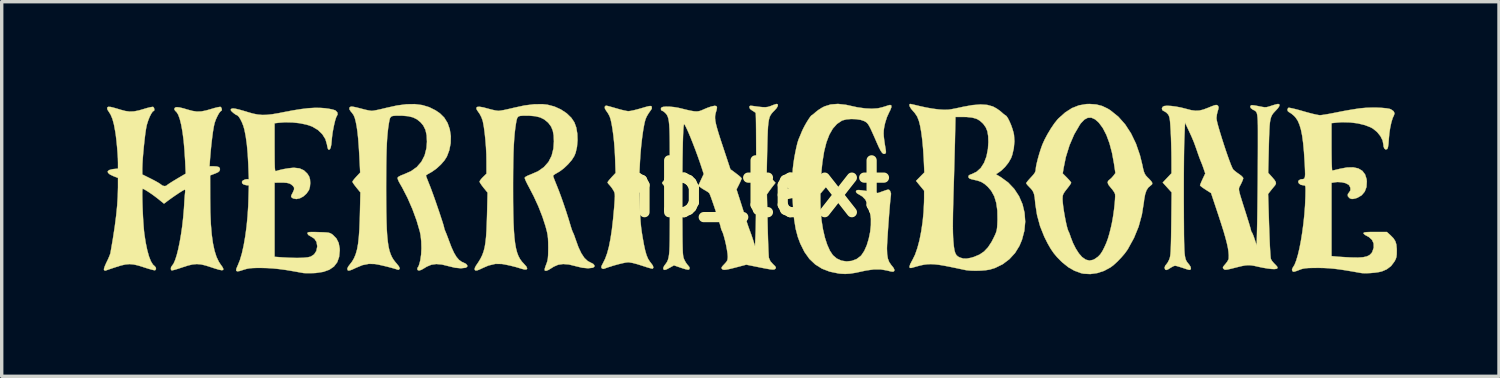
<source format=kicad_pcb>
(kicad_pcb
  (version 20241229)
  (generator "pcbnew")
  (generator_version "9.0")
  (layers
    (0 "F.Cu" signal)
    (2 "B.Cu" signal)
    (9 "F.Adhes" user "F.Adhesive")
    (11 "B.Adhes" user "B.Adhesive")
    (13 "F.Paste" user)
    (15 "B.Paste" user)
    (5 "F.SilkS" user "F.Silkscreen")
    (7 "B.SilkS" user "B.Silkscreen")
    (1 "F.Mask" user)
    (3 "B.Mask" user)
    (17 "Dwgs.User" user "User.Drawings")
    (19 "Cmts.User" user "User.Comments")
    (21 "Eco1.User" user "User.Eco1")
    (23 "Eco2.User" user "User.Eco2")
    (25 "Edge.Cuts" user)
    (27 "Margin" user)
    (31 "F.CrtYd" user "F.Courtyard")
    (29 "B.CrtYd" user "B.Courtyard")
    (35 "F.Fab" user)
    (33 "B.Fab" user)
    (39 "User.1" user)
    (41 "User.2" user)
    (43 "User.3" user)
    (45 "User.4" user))
  (footprint "hb_text"
    (layer "F.Cu")
    (at 18.98 2.498)
    (property "Reference" "hb_text" (at 0 0 0) (layer "F.SilkS") (effects (font (size 1.524 1.524) (thickness 0.3))))
    (attr through_hole)
    (fp_poly (pts (xy -4.172 -2.434) (xy -4.099 -2.415) (xy -4 -2.387) (xy -3.912 -2.362) (xy -3.794 -2.328) (xy -3.684 -2.301) (xy -3.598 -2.284) (xy -3.56 -2.28) (xy -3.5 -2.286) (xy -3.405 -2.305) (xy -3.29 -2.334) (xy -3.183 -2.364) (xy -3.058 -2.401) (xy -2.973 -2.423) (xy -2.919 -2.432) (xy -2.888 -2.428) (xy -2.873 -2.414) (xy -2.868 -2.362) (xy -2.887 -2.327) (xy -2.966 -2.215) (xy -3.019 -2.125) (xy -3.055 -2.041) (xy -3.081 -1.945) (xy -3.088 -1.912) (xy -3.123 -1.721) (xy -3.155 -1.494) (xy -3.183 -1.246) (xy -3.205 -0.993) (xy -3.217 -0.8) (xy -3.234 -0.469) (xy -3.117 -0.339) (xy -3.059 -0.272) (xy -3.017 -0.22) (xy -3 -0.194) (xy -3 -0.193) (xy -3.015 -0.167) (xy -3.053 -0.112) (xy -3.108 -0.04) (xy -3.119 -0.026) (xy -3.237 0.127) (xy -3.22 0.575) (xy -3.211 0.786) (xy -3.2 0.963) (xy -3.185 1.123) (xy -3.164 1.282) (xy -3.135 1.456) (xy -3.102 1.64) (xy -3.064 1.816) (xy -3.025 1.952) (xy -2.98 2.059) (xy -2.925 2.146) (xy -2.896 2.181) (xy -2.839 2.26) (xy -2.823 2.318) (xy -2.843 2.349) (xy -2.874 2.346) (xy -2.942 2.329) (xy -3.039 2.3) (xy -3.153 2.263) (xy -3.154 2.262) (xy -3.301 2.216) (xy -3.431 2.182) (xy -3.533 2.164) (xy -3.566 2.162) (xy -3.636 2.17) (xy -3.742 2.192) (xy -3.871 2.224) (xy -4.013 2.264) (xy -4.154 2.309) (xy -4.282 2.355) (xy -4.285 2.356) (xy -4.323 2.349) (xy -4.342 2.335) (xy -4.355 2.305) (xy -4.342 2.259) (xy -4.307 2.193) (xy -4.241 2.06) (xy -4.182 1.898) (xy -4.13 1.704) (xy -4.084 1.473) (xy -4.043 1.203) (xy -4.007 0.889) (xy -3.974 0.53) (xy -3.968 0.445) (xy -3.959 0.315) (xy -3.955 0.224) (xy -3.957 0.161) (xy -3.966 0.115) (xy -3.984 0.073) (xy -4.004 0.038) (xy -4.052 -0.036) (xy -4.103 -0.098) (xy -4.116 -0.112) (xy -4.155 -0.156) (xy -4.17 -0.186) (xy -4.154 -0.216) (xy -4.111 -0.27) (xy -4.051 -0.337) (xy -3.933 -0.464) (xy -3.949 -0.925) (xy -3.96 -1.142) (xy -3.977 -1.359) (xy -3.999 -1.566) (xy -4.025 -1.756) (xy -4.053 -1.919) (xy -4.082 -2.048) (xy -4.111 -2.131) (xy -4.155 -2.214) (xy -4.207 -2.289) (xy -4.212 -2.295) (xy -4.248 -2.358) (xy -4.252 -2.41) (xy -4.225 -2.439) (xy -4.208 -2.441) (xy -4.172 -2.434)) (stroke (width 0.01) (type solid)) (fill yes) (layer "F.SilkS"))
    (fp_poly (pts (xy 10.195 -2.477) (xy 10.366 -2.433) (xy 10.533 -2.354) (xy 10.619 -2.299) (xy 10.844 -2.118) (xy 11.044 -1.893) (xy 11.217 -1.628) (xy 11.363 -1.325) (xy 11.48 -0.985) (xy 11.547 -0.714) (xy 11.573 -0.59) (xy 11.596 -0.503) (xy 11.621 -0.44) (xy 11.653 -0.389) (xy 11.699 -0.338) (xy 11.745 -0.294) (xy 11.813 -0.22) (xy 11.843 -0.168) (xy 11.835 -0.128) (xy 11.797 -0.096) (xy 11.726 -0.036) (xy 11.672 0.047) (xy 11.633 0.162) (xy 11.604 0.316) (xy 11.596 0.39) (xy 11.536 0.766) (xy 11.441 1.114) (xy 11.305 1.446) (xy 11.125 1.774) (xy 11.106 1.803) (xy 11.032 1.905) (xy 10.932 2.021) (xy 10.821 2.137) (xy 10.711 2.238) (xy 10.622 2.307) (xy 10.431 2.411) (xy 10.226 2.479) (xy 10.019 2.508) (xy 9.821 2.497) (xy 9.745 2.48) (xy 9.554 2.41) (xy 9.38 2.311) (xy 9.208 2.174) (xy 9.157 2.126) (xy 9.041 2.008) (xy 8.944 1.891) (xy 8.857 1.764) (xy 8.771 1.615) (xy 8.678 1.43) (xy 8.666 1.405) (xy 8.545 1.102) (xy 8.456 0.776) (xy 8.405 0.449) (xy 8.4 0.396) (xy 8.39 0.292) (xy 9.204 0.292) (xy 9.209 0.386) (xy 9.222 0.508) (xy 9.242 0.647) (xy 9.267 0.794) (xy 9.294 0.937) (xy 9.322 1.066) (xy 9.349 1.171) (xy 9.373 1.241) (xy 9.382 1.259) (xy 9.4 1.295) (xy 9.425 1.364) (xy 9.445 1.424) (xy 9.51 1.592) (xy 9.591 1.754) (xy 9.681 1.896) (xy 9.772 2.002) (xy 9.778 2.008) (xy 9.888 2.085) (xy 9.997 2.112) (xy 10.107 2.089) (xy 10.157 2.062) (xy 10.245 2) (xy 10.315 1.928) (xy 10.377 1.834) (xy 10.434 1.722) (xy 10.492 1.593) (xy 10.541 1.459) (xy 10.585 1.308) (xy 10.63 1.126) (xy 10.654 1.017) (xy 10.678 0.889) (xy 10.701 0.745) (xy 10.721 0.595) (xy 10.737 0.45) (xy 10.747 0.322) (xy 10.752 0.221) (xy 10.749 0.157) (xy 10.747 0.152) (xy 10.722 0.099) (xy 10.673 0.028) (xy 10.629 -0.024) (xy 10.559 -0.111) (xy 10.531 -0.176) (xy 10.542 -0.227) (xy 10.585 -0.266) (xy 10.64 -0.313) (xy 10.696 -0.376) (xy 10.701 -0.382) (xy 10.759 -0.46) (xy 10.718 -0.735) (xy 10.66 -1.052) (xy 10.585 -1.335) (xy 10.494 -1.581) (xy 10.389 -1.784) (xy 10.272 -1.942) (xy 10.16 -2.041) (xy 10.053 -2.089) (xy 9.949 -2.087) (xy 9.848 -2.034) (xy 9.748 -1.93) (xy 9.714 -1.884) (xy 9.547 -1.598) (xy 9.409 -1.277) (xy 9.301 -0.93) (xy 9.234 -0.599) (xy 9.21 -0.449) (xy 9.334 -0.325) (xy 9.396 -0.259) (xy 9.441 -0.206) (xy 9.458 -0.176) (xy 9.458 -0.175) (xy 9.443 -0.145) (xy 9.403 -0.086) (xy 9.346 -0.012) (xy 9.331 0.007) (xy 9.266 0.091) (xy 9.228 0.153) (xy 9.21 0.208) (xy 9.204 0.272) (xy 9.204 0.292) (xy 8.39 0.292) (xy 8.387 0.258) (xy 8.367 0.157) (xy 8.336 0.079) (xy 8.287 0.01) (xy 8.228 -0.051) (xy 8.175 -0.107) (xy 8.142 -0.15) (xy 8.136 -0.163) (xy 8.153 -0.191) (xy 8.196 -0.245) (xy 8.258 -0.314) (xy 8.276 -0.333) (xy 8.351 -0.416) (xy 8.394 -0.478) (xy 8.413 -0.531) (xy 8.416 -0.564) (xy 8.424 -0.638) (xy 8.446 -0.748) (xy 8.479 -0.88) (xy 8.519 -1.022) (xy 8.563 -1.161) (xy 8.607 -1.285) (xy 8.61 -1.293) (xy 8.677 -1.443) (xy 8.764 -1.606) (xy 8.861 -1.768) (xy 8.961 -1.916) (xy 9.055 -2.034) (xy 9.088 -2.069) (xy 9.285 -2.244) (xy 9.483 -2.371) (xy 9.688 -2.451) (xy 9.904 -2.488) (xy 9.998 -2.491) (xy 10.195 -2.477)) (stroke (width 0.01) (type solid)) (fill yes) (layer "F.SilkS"))
    (fp_poly (pts (xy 4.762 -2.486) (xy 4.833 -2.47) (xy 4.93 -2.447) (xy 5.001 -2.43) (xy 5.196 -2.387) (xy 5.39 -2.353) (xy 5.572 -2.33) (xy 5.729 -2.32) (xy 5.851 -2.324) (xy 5.858 -2.325) (xy 5.937 -2.337) (xy 6.048 -2.358) (xy 6.177 -2.385) (xy 6.28 -2.408) (xy 6.555 -2.458) (xy 6.791 -2.477) (xy 6.99 -2.464) (xy 7.152 -2.419) (xy 7.17 -2.411) (xy 7.268 -2.357) (xy 7.364 -2.29) (xy 7.408 -2.253) (xy 7.466 -2.201) (xy 7.509 -2.168) (xy 7.523 -2.16) (xy 7.556 -2.136) (xy 7.598 -2.074) (xy 7.644 -1.983) (xy 7.691 -1.875) (xy 7.732 -1.759) (xy 7.764 -1.647) (xy 7.778 -1.579) (xy 7.79 -1.393) (xy 7.772 -1.192) (xy 7.728 -1) (xy 7.692 -0.901) (xy 7.618 -0.771) (xy 7.516 -0.642) (xy 7.402 -0.532) (xy 7.331 -0.481) (xy 7.245 -0.427) (xy 7.392 -0.339) (xy 7.607 -0.182) (xy 7.785 0.006) (xy 7.926 0.221) (xy 8.028 0.457) (xy 8.088 0.708) (xy 8.107 0.969) (xy 8.082 1.236) (xy 8.012 1.501) (xy 7.938 1.678) (xy 7.809 1.888) (xy 7.641 2.071) (xy 7.443 2.22) (xy 7.22 2.329) (xy 7.066 2.376) (xy 6.949 2.395) (xy 6.803 2.407) (xy 6.647 2.411) (xy 6.5 2.407) (xy 6.379 2.395) (xy 6.356 2.391) (xy 6.1 2.337) (xy 5.887 2.293) (xy 5.711 2.259) (xy 5.563 2.235) (xy 5.439 2.221) (xy 5.33 2.216) (xy 5.231 2.22) (xy 5.134 2.232) (xy 5.033 2.253) (xy 4.92 2.283) (xy 4.79 2.32) (xy 4.761 2.328) (xy 4.716 2.328) (xy 4.705 2.291) (xy 4.727 2.218) (xy 4.784 2.11) (xy 4.793 2.095) (xy 4.869 1.94) (xy 4.938 1.743) (xy 5 1.511) (xy 5.051 1.252) (xy 5.067 1.142) (xy 5.98 1.142) (xy 5.983 1.304) (xy 5.988 1.439) (xy 5.993 1.519) (xy 6.008 1.682) (xy 6.026 1.803) (xy 6.051 1.89) (xy 6.084 1.95) (xy 6.13 1.992) (xy 6.187 2.022) (xy 6.283 2.051) (xy 6.387 2.054) (xy 6.514 2.03) (xy 6.604 2.003) (xy 6.764 1.936) (xy 6.898 1.845) (xy 7.014 1.722) (xy 7.12 1.56) (xy 7.177 1.449) (xy 7.221 1.357) (xy 7.251 1.285) (xy 7.27 1.219) (xy 7.281 1.144) (xy 7.288 1.046) (xy 7.293 0.914) (xy 7.289 0.646) (xy 7.257 0.417) (xy 7.198 0.223) (xy 7.108 0.06) (xy 7.008 -0.057) (xy 6.912 -0.141) (xy 6.819 -0.198) (xy 6.71 -0.238) (xy 6.604 -0.262) (xy 6.513 -0.284) (xy 6.462 -0.306) (xy 6.441 -0.334) (xy 6.438 -0.346) (xy 6.444 -0.384) (xy 6.482 -0.411) (xy 6.532 -0.429) (xy 6.678 -0.498) (xy 6.801 -0.61) (xy 6.898 -0.762) (xy 6.969 -0.95) (xy 7.012 -1.171) (xy 7.025 -1.373) (xy 7.019 -1.548) (xy 6.996 -1.686) (xy 6.951 -1.799) (xy 6.881 -1.899) (xy 6.862 -1.92) (xy 6.77 -2.003) (xy 6.667 -2.059) (xy 6.542 -2.093) (xy 6.384 -2.109) (xy 6.291 -2.11) (xy 6.057 -2.11) (xy 6.044 -1.519) (xy 6.041 -1.356) (xy 6.035 -1.152) (xy 6.029 -0.918) (xy 6.022 -0.663) (xy 6.015 -0.397) (xy 6.007 -0.131) (xy 5.999 0.126) (xy 5.999 0.127) (xy 5.99 0.445) (xy 5.984 0.717) (xy 5.981 0.948) (xy 5.98 1.142) (xy 5.067 1.142) (xy 5.092 0.975) (xy 5.12 0.686) (xy 5.134 0.394) (xy 5.136 0.276) (xy 5.136 0.057) (xy 5.017 -0.087) (xy 4.899 -0.231) (xy 5.021 -0.355) (xy 5.143 -0.479) (xy 5.125 -0.869) (xy 5.107 -1.158) (xy 5.083 -1.422) (xy 5.053 -1.656) (xy 5.018 -1.852) (xy 4.983 -1.991) (xy 4.932 -2.121) (xy 4.861 -2.227) (xy 4.818 -2.275) (xy 4.754 -2.35) (xy 4.714 -2.416) (xy 4.701 -2.466) (xy 4.719 -2.491) (xy 4.728 -2.492) (xy 4.762 -2.486)) (stroke (width 0.01) (type solid)) (fill yes) (layer "F.SilkS"))
    (fp_poly (pts (xy -12.602 -2.376) (xy -12.473 -2.366) (xy -12.354 -2.349) (xy -12.252 -2.328) (xy -12.181 -2.306) (xy -12.165 -2.298) (xy -12.114 -2.244) (xy -12.105 -2.185) (xy -12.125 -2.147) (xy -12.148 -2.101) (xy -12.176 -2.015) (xy -12.204 -1.902) (xy -12.231 -1.772) (xy -12.255 -1.638) (xy -12.271 -1.511) (xy -12.277 -1.444) (xy -12.291 -1.3) (xy -12.311 -1.205) (xy -12.337 -1.155) (xy -12.37 -1.15) (xy -12.377 -1.153) (xy -12.394 -1.185) (xy -12.41 -1.251) (xy -12.418 -1.299) (xy -12.464 -1.458) (xy -12.555 -1.603) (xy -12.684 -1.728) (xy -12.847 -1.825) (xy -12.856 -1.83) (xy -13.02 -1.885) (xy -13.217 -1.926) (xy -13.432 -1.949) (xy -13.65 -1.954) (xy -13.825 -1.941) (xy -13.959 -1.925) (xy -13.959 -1.214) (xy -13.958 -1.004) (xy -13.957 -0.84) (xy -13.955 -0.716) (xy -13.952 -0.628) (xy -13.947 -0.569) (xy -13.941 -0.534) (xy -13.932 -0.519) (xy -13.92 -0.518) (xy -13.919 -0.518) (xy -13.823 -0.547) (xy -13.697 -0.576) (xy -13.562 -0.599) (xy -13.44 -0.613) (xy -13.386 -0.616) (xy -13.227 -0.599) (xy -13.097 -0.541) (xy -12.993 -0.441) (xy -12.941 -0.357) (xy -12.917 -0.274) (xy -12.91 -0.166) (xy -12.92 -0.056) (xy -12.946 0.033) (xy -12.948 0.039) (xy -13.022 0.145) (xy -13.115 0.228) (xy -13.218 0.282) (xy -13.319 0.303) (xy -13.41 0.286) (xy -13.439 0.269) (xy -13.466 0.245) (xy -13.473 0.22) (xy -13.458 0.178) (xy -13.425 0.116) (xy -13.387 0.03) (xy -13.384 -0.032) (xy -13.422 -0.086) (xy -13.477 -0.131) (xy -13.529 -0.157) (xy -13.6 -0.173) (xy -13.702 -0.181) (xy -13.844 -0.181) (xy -13.851 -0.18) (xy -13.959 -0.178) (xy -13.959 2.001) (xy -13.726 2.018) (xy -13.498 2.03) (xy -13.295 2.034) (xy -13.124 2.03) (xy -12.99 2.017) (xy -12.901 1.997) (xy -12.896 1.995) (xy -12.796 1.93) (xy -12.731 1.83) (xy -12.705 1.705) (xy -12.704 1.688) (xy -12.725 1.564) (xy -12.789 1.468) (xy -12.893 1.402) (xy -12.965 1.36) (xy -12.992 1.316) (xy -12.992 1.314) (xy -12.989 1.295) (xy -12.973 1.282) (xy -12.936 1.275) (xy -12.871 1.272) (xy -12.769 1.273) (xy -12.666 1.276) (xy -12.531 1.28) (xy -12.436 1.285) (xy -12.37 1.293) (xy -12.323 1.307) (xy -12.283 1.329) (xy -12.246 1.355) (xy -12.141 1.462) (xy -12.075 1.593) (xy -12.045 1.755) (xy -12.043 1.818) (xy -12.062 2.006) (xy -12.118 2.162) (xy -12.214 2.287) (xy -12.349 2.38) (xy -12.525 2.443) (xy -12.741 2.476) (xy -12.814 2.48) (xy -12.928 2.482) (xy -13.028 2.482) (xy -13.1 2.479) (xy -13.12 2.476) (xy -13.392 2.427) (xy -13.624 2.388) (xy -13.826 2.361) (xy -14.007 2.342) (xy -14.176 2.332) (xy -14.34 2.328) (xy -14.493 2.328) (xy -14.607 2.332) (xy -14.695 2.339) (xy -14.769 2.353) (xy -14.842 2.373) (xy -14.882 2.386) (xy -14.992 2.42) (xy -15.059 2.428) (xy -15.088 2.407) (xy -15.083 2.354) (xy -15.046 2.267) (xy -15.041 2.256) (xy -14.978 2.1) (xy -14.919 1.9) (xy -14.866 1.663) (xy -14.82 1.397) (xy -14.781 1.108) (xy -14.752 0.804) (xy -14.732 0.492) (xy -14.728 0.377) (xy -14.714 -0.098) (xy -14.798 -0.106) (xy -14.871 -0.127) (xy -14.913 -0.164) (xy -14.916 -0.209) (xy -14.888 -0.243) (xy -14.823 -0.273) (xy -14.776 -0.28) (xy -14.714 -0.28) (xy -14.731 -0.718) (xy -14.748 -1.026) (xy -14.773 -1.3) (xy -14.806 -1.538) (xy -14.844 -1.733) (xy -14.875 -1.842) (xy -14.916 -1.948) (xy -14.963 -2.043) (xy -15.01 -2.116) (xy -15.051 -2.157) (xy -15.065 -2.162) (xy -15.098 -2.177) (xy -15.153 -2.216) (xy -15.179 -2.237) (xy -15.232 -2.286) (xy -15.249 -2.319) (xy -15.236 -2.343) (xy -15.21 -2.357) (xy -15.167 -2.36) (xy -15.1 -2.35) (xy -15.002 -2.327) (xy -14.868 -2.289) (xy -14.734 -2.248) (xy -14.587 -2.207) (xy -14.454 -2.181) (xy -14.323 -2.169) (xy -14.184 -2.172) (xy -14.025 -2.19) (xy -13.835 -2.222) (xy -13.717 -2.246) (xy -13.428 -2.301) (xy -13.179 -2.341) (xy -12.964 -2.367) (xy -12.774 -2.378) (xy -12.602 -2.376)) (stroke (width 0.01) (type solid)) (fill yes) (layer "F.SilkS"))
    (fp_poly (pts (xy 2.842 -2.466) (xy 2.945 -2.443) (xy 3.179 -2.392) (xy 3.4 -2.362) (xy 3.598 -2.352) (xy 3.765 -2.363) (xy 3.814 -2.372) (xy 3.915 -2.397) (xy 4.008 -2.425) (xy 4.063 -2.444) (xy 4.134 -2.463) (xy 4.171 -2.448) (xy 4.173 -2.397) (xy 4.14 -2.31) (xy 4.106 -2.244) (xy 4.044 -2.108) (xy 3.993 -1.949) (xy 3.974 -1.871) (xy 3.958 -1.785) (xy 3.948 -1.708) (xy 3.945 -1.632) (xy 3.949 -1.545) (xy 3.961 -1.439) (xy 3.981 -1.301) (xy 4.008 -1.138) (xy 4.014 -1.072) (xy 3.999 -1.038) (xy 3.979 -1.026) (xy 3.942 -1.025) (xy 3.902 -1.055) (xy 3.857 -1.12) (xy 3.803 -1.224) (xy 3.748 -1.348) (xy 3.67 -1.527) (xy 3.608 -1.665) (xy 3.56 -1.769) (xy 3.521 -1.844) (xy 3.488 -1.897) (xy 3.457 -1.934) (xy 3.425 -1.96) (xy 3.388 -1.982) (xy 3.377 -1.988) (xy 3.273 -2.024) (xy 3.138 -2.045) (xy 2.993 -2.05) (xy 2.854 -2.039) (xy 2.739 -2.01) (xy 2.714 -1.999) (xy 2.573 -1.904) (xy 2.451 -1.767) (xy 2.348 -1.587) (xy 2.263 -1.363) (xy 2.195 -1.093) (xy 2.145 -0.778) (xy 2.122 -0.559) (xy 2.106 -0.369) (xy 2.21 -0.268) (xy 2.266 -0.21) (xy 2.304 -0.164) (xy 2.314 -0.145) (xy 2.298 -0.116) (xy 2.258 -0.06) (xy 2.201 0.01) (xy 2.199 0.011) (xy 2.085 0.145) (xy 2.085 0.375) (xy 2.094 0.659) (xy 2.121 0.936) (xy 2.163 1.198) (xy 2.219 1.438) (xy 2.288 1.649) (xy 2.367 1.824) (xy 2.453 1.953) (xy 2.568 2.052) (xy 2.706 2.114) (xy 2.856 2.137) (xy 3.008 2.121) (xy 3.15 2.068) (xy 3.272 1.976) (xy 3.296 1.949) (xy 3.378 1.825) (xy 3.45 1.662) (xy 3.507 1.474) (xy 3.549 1.274) (xy 3.571 1.073) (xy 3.572 0.885) (xy 3.562 0.794) (xy 3.522 0.592) (xy 3.47 0.434) (xy 3.405 0.316) (xy 3.323 0.23) (xy 3.243 0.181) (xy 3.165 0.135) (xy 3.131 0.092) (xy 3.14 0.057) (xy 3.173 0.04) (xy 3.216 0.038) (xy 3.296 0.046) (xy 3.401 0.06) (xy 3.497 0.076) (xy 3.775 0.127) (xy 3.936 0.07) (xy 4.022 0.04) (xy 4.073 0.027) (xy 4.103 0.03) (xy 4.124 0.049) (xy 4.135 0.064) (xy 4.161 0.137) (xy 4.159 0.191) (xy 4.151 0.251) (xy 4.14 0.354) (xy 4.128 0.49) (xy 4.114 0.652) (xy 4.101 0.829) (xy 4.087 1.013) (xy 4.074 1.197) (xy 4.063 1.37) (xy 4.053 1.525) (xy 4.046 1.653) (xy 4.043 1.745) (xy 4.043 1.767) (xy 4.049 1.929) (xy 4.07 2.054) (xy 4.108 2.155) (xy 4.169 2.244) (xy 4.187 2.264) (xy 4.24 2.333) (xy 4.263 2.387) (xy 4.262 2.403) (xy 4.247 2.428) (xy 4.218 2.438) (xy 4.165 2.433) (xy 4.079 2.412) (xy 4.043 2.403) (xy 3.86 2.371) (xy 3.659 2.371) (xy 3.432 2.403) (xy 3.324 2.426) (xy 3.125 2.469) (xy 2.96 2.495) (xy 2.815 2.504) (xy 2.679 2.497) (xy 2.624 2.491) (xy 2.361 2.437) (xy 2.132 2.349) (xy 1.934 2.224) (xy 1.763 2.062) (xy 1.618 1.858) (xy 1.495 1.61) (xy 1.424 1.42) (xy 1.361 1.183) (xy 1.315 0.899) (xy 1.285 0.567) (xy 1.28 0.488) (xy 1.273 0.35) (xy 1.265 0.252) (xy 1.255 0.184) (xy 1.24 0.134) (xy 1.219 0.093) (xy 1.187 0.049) (xy 1.185 0.045) (xy 1.132 -0.024) (xy 1.087 -0.084) (xy 1.073 -0.103) (xy 1.059 -0.131) (xy 1.066 -0.164) (xy 1.099 -0.212) (xy 1.155 -0.278) (xy 1.226 -0.365) (xy 1.262 -0.434) (xy 1.271 -0.49) (xy 1.277 -0.598) (xy 1.294 -0.737) (xy 1.317 -0.894) (xy 1.347 -1.056) (xy 1.379 -1.21) (xy 1.411 -1.343) (xy 1.442 -1.442) (xy 1.45 -1.462) (xy 1.471 -1.511) (xy 1.504 -1.59) (xy 1.54 -1.678) (xy 1.578 -1.761) (xy 1.628 -1.857) (xy 1.684 -1.955) (xy 1.74 -2.044) (xy 1.788 -2.114) (xy 1.823 -2.155) (xy 1.834 -2.161) (xy 1.86 -2.177) (xy 1.909 -2.218) (xy 1.948 -2.253) (xy 2.026 -2.314) (xy 2.127 -2.378) (xy 2.205 -2.419) (xy 2.391 -2.477) (xy 2.604 -2.493) (xy 2.842 -2.466)) (stroke (width 0.01) (type solid)) (fill yes) (layer "F.SilkS"))
    (fp_poly (pts (xy -5.934 -2.469) (xy -5.732 -2.416) (xy -5.542 -2.33) (xy -5.373 -2.218) (xy -5.236 -2.086) (xy -5.146 -1.952) (xy -5.091 -1.801) (xy -5.06 -1.62) (xy -5.053 -1.425) (xy -5.069 -1.232) (xy -5.109 -1.057) (xy -5.149 -0.96) (xy -5.223 -0.844) (xy -5.329 -0.721) (xy -5.452 -0.604) (xy -5.578 -0.509) (xy -5.644 -0.471) (xy -5.713 -0.431) (xy -5.76 -0.396) (xy -5.772 -0.38) (xy -5.762 -0.346) (xy -5.737 -0.278) (xy -5.7 -0.185) (xy -5.673 -0.119) (xy -5.61 0.039) (xy -5.538 0.231) (xy -5.463 0.444) (xy -5.39 0.661) (xy -5.323 0.87) (xy -5.275 1.029) (xy -5.244 1.132) (xy -5.216 1.217) (xy -5.195 1.271) (xy -5.189 1.283) (xy -5.171 1.319) (xy -5.144 1.389) (xy -5.113 1.479) (xy -5.11 1.487) (xy -5.027 1.717) (xy -4.941 1.899) (xy -4.851 2.034) (xy -4.754 2.126) (xy -4.666 2.172) (xy -4.593 2.209) (xy -4.556 2.252) (xy -4.558 2.293) (xy -4.603 2.322) (xy -4.607 2.323) (xy -4.744 2.338) (xy -4.914 2.322) (xy -5.111 2.275) (xy -5.112 2.274) (xy -5.309 2.226) (xy -5.476 2.213) (xy -5.622 2.234) (xy -5.755 2.292) (xy -5.8 2.321) (xy -5.903 2.385) (xy -5.975 2.413) (xy -6.014 2.406) (xy -6.019 2.363) (xy -6.018 2.358) (xy -6.001 2.3) (xy -5.972 2.22) (xy -5.959 2.187) (xy -5.939 2.125) (xy -5.925 2.05) (xy -5.917 1.953) (xy -5.914 1.822) (xy -5.913 1.729) (xy -5.915 1.58) (xy -5.92 1.465) (xy -5.931 1.366) (xy -5.95 1.268) (xy -5.98 1.153) (xy -5.995 1.098) (xy -6.086 0.819) (xy -6.203 0.521) (xy -6.339 0.224) (xy -6.472 -0.032) (xy -6.528 -0.137) (xy -6.572 -0.227) (xy -6.599 -0.294) (xy -6.606 -0.324) (xy -6.578 -0.352) (xy -6.514 -0.386) (xy -6.433 -0.418) (xy -6.216 -0.512) (xy -6.041 -0.635) (xy -5.907 -0.787) (xy -5.814 -0.969) (xy -5.761 -1.183) (xy -5.747 -1.388) (xy -5.754 -1.568) (xy -5.781 -1.711) (xy -5.83 -1.828) (xy -5.905 -1.929) (xy -5.93 -1.955) (xy -6.034 -2.039) (xy -6.151 -2.097) (xy -6.293 -2.132) (xy -6.469 -2.147) (xy -6.542 -2.148) (xy -6.664 -2.147) (xy -6.746 -2.14) (xy -6.797 -2.119) (xy -6.827 -2.077) (xy -6.847 -2.007) (xy -6.862 -1.921) (xy -6.883 -1.781) (xy -6.901 -1.628) (xy -6.915 -1.459) (xy -6.927 -1.268) (xy -6.936 -1.049) (xy -6.942 -0.798) (xy -6.946 -0.509) (xy -6.948 -0.176) (xy -6.948 0) (xy -6.947 0.371) (xy -6.943 0.696) (xy -6.936 0.977) (xy -6.924 1.219) (xy -6.909 1.426) (xy -6.888 1.601) (xy -6.862 1.749) (xy -6.83 1.873) (xy -6.791 1.977) (xy -6.744 2.065) (xy -6.69 2.141) (xy -6.628 2.208) (xy -6.626 2.211) (xy -6.557 2.287) (xy -6.533 2.342) (xy -6.552 2.372) (xy -6.612 2.374) (xy -6.691 2.354) (xy -6.859 2.303) (xy -7.041 2.257) (xy -7.212 2.222) (xy -7.279 2.211) (xy -7.469 2.209) (xy -7.67 2.257) (xy -7.825 2.323) (xy -7.933 2.374) (xy -8.005 2.401) (xy -8.049 2.404) (xy -8.072 2.387) (xy -8.075 2.379) (xy -8.073 2.332) (xy -8.044 2.273) (xy -8.044 2.272) (xy -7.968 2.16) (xy -7.905 2.056) (xy -7.854 1.952) (xy -7.814 1.842) (xy -7.782 1.719) (xy -7.759 1.577) (xy -7.741 1.409) (xy -7.728 1.209) (xy -7.719 0.97) (xy -7.712 0.75) (xy -7.697 0.114) (xy -7.815 -0.03) (xy -7.872 -0.105) (xy -7.915 -0.169) (xy -7.933 -0.207) (xy -7.933 -0.209) (xy -7.916 -0.245) (xy -7.872 -0.301) (xy -7.831 -0.343) (xy -7.729 -0.443) (xy -7.73 -0.812) (xy -7.733 -1.011) (xy -7.744 -1.223) (xy -7.761 -1.437) (xy -7.782 -1.639) (xy -7.806 -1.818) (xy -7.833 -1.963) (xy -7.842 -2.003) (xy -7.879 -2.104) (xy -7.931 -2.203) (xy -7.959 -2.242) (xy -8.013 -2.321) (xy -8.028 -2.375) (xy -8.003 -2.404) (xy -7.936 -2.41) (xy -7.826 -2.392) (xy -7.677 -2.352) (xy -7.568 -2.323) (xy -7.466 -2.301) (xy -7.389 -2.29) (xy -7.373 -2.289) (xy -7.317 -2.296) (xy -7.223 -2.312) (xy -7.103 -2.338) (xy -6.969 -2.369) (xy -6.928 -2.379) (xy -6.609 -2.448) (xy -6.326 -2.483) (xy -6.076 -2.485) (xy -5.934 -2.469)) (stroke (width 0.01) (type solid)) (fill yes) (layer "F.SilkS"))
    (fp_poly (pts (xy -9.618 -2.459) (xy -9.415 -2.398) (xy -9.225 -2.303) (xy -9.099 -2.217) (xy -8.971 -2.091) (xy -8.873 -1.932) (xy -8.809 -1.748) (xy -8.778 -1.547) (xy -8.783 -1.338) (xy -8.824 -1.129) (xy -8.894 -0.945) (xy -8.967 -0.83) (xy -9.073 -0.709) (xy -9.198 -0.594) (xy -9.328 -0.501) (xy -9.384 -0.469) (xy -9.453 -0.431) (xy -9.498 -0.4) (xy -9.509 -0.387) (xy -9.5 -0.357) (xy -9.475 -0.291) (xy -9.439 -0.199) (xy -9.405 -0.114) (xy -9.369 -0.024) (xy -9.325 0.096) (xy -9.274 0.236) (xy -9.22 0.389) (xy -9.166 0.547) (xy -9.113 0.701) (xy -9.066 0.845) (xy -9.025 0.969) (xy -8.995 1.066) (xy -8.978 1.128) (xy -8.975 1.145) (xy -8.965 1.187) (xy -8.941 1.249) (xy -8.938 1.255) (xy -8.911 1.319) (xy -8.875 1.412) (xy -8.837 1.513) (xy -8.836 1.517) (xy -8.758 1.722) (xy -8.684 1.883) (xy -8.612 2.004) (xy -8.537 2.091) (xy -8.457 2.149) (xy -8.403 2.172) (xy -8.331 2.209) (xy -8.294 2.252) (xy -8.296 2.293) (xy -8.34 2.322) (xy -8.345 2.323) (xy -8.482 2.338) (xy -8.652 2.322) (xy -8.848 2.275) (xy -8.85 2.274) (xy -9.043 2.227) (xy -9.206 2.213) (xy -9.351 2.234) (xy -9.485 2.29) (xy -9.54 2.324) (xy -9.641 2.383) (xy -9.713 2.405) (xy -9.754 2.389) (xy -9.763 2.354) (xy -9.749 2.311) (xy -9.74 2.302) (xy -9.723 2.272) (xy -9.701 2.205) (xy -9.677 2.114) (xy -9.673 2.094) (xy -9.65 1.935) (xy -9.641 1.748) (xy -9.646 1.554) (xy -9.665 1.371) (xy -9.688 1.259) (xy -9.783 0.934) (xy -9.907 0.597) (xy -10.051 0.267) (xy -10.208 -0.038) (xy -10.264 -0.134) (xy -10.308 -0.214) (xy -10.336 -0.282) (xy -10.344 -0.321) (xy -10.315 -0.353) (xy -10.244 -0.39) (xy -10.17 -0.418) (xy -9.953 -0.513) (xy -9.777 -0.638) (xy -9.642 -0.794) (xy -9.547 -0.98) (xy -9.493 -1.196) (xy -9.479 -1.38) (xy -9.488 -1.573) (xy -9.523 -1.73) (xy -9.588 -1.86) (xy -9.667 -1.954) (xy -9.771 -2.039) (xy -9.888 -2.097) (xy -10.029 -2.132) (xy -10.204 -2.147) (xy -10.279 -2.148) (xy -10.402 -2.147) (xy -10.484 -2.14) (xy -10.536 -2.118) (xy -10.566 -2.074) (xy -10.585 -2.002) (xy -10.601 -1.908) (xy -10.62 -1.782) (xy -10.635 -1.648) (xy -10.648 -1.502) (xy -10.658 -1.337) (xy -10.666 -1.149) (xy -10.672 -0.932) (xy -10.676 -0.681) (xy -10.678 -0.391) (xy -10.679 -0.055) (xy -10.679 -0.011) (xy -10.678 0.353) (xy -10.675 0.669) (xy -10.669 0.944) (xy -10.661 1.179) (xy -10.648 1.38) (xy -10.631 1.55) (xy -10.61 1.694) (xy -10.583 1.815) (xy -10.549 1.918) (xy -10.51 2.007) (xy -10.463 2.085) (xy -10.408 2.157) (xy -10.369 2.202) (xy -10.304 2.283) (xy -10.28 2.34) (xy -10.282 2.354) (xy -10.313 2.383) (xy -10.342 2.378) (xy -10.418 2.353) (xy -10.528 2.322) (xy -10.657 2.288) (xy -10.789 2.257) (xy -10.91 2.23) (xy -11.002 2.214) (xy -11.004 2.213) (xy -11.188 2.208) (xy -11.375 2.245) (xy -11.563 2.323) (xy -11.676 2.376) (xy -11.752 2.403) (xy -11.796 2.405) (xy -11.806 2.399) (xy -11.822 2.355) (xy -11.796 2.292) (xy -11.75 2.232) (xy -11.68 2.141) (xy -11.621 2.039) (xy -11.573 1.922) (xy -11.534 1.785) (xy -11.504 1.621) (xy -11.482 1.425) (xy -11.465 1.192) (xy -11.454 0.916) (xy -11.45 0.76) (xy -11.435 0.109) (xy -11.553 -0.036) (xy -11.61 -0.109) (xy -11.652 -0.169) (xy -11.67 -0.204) (xy -11.67 -0.205) (xy -11.654 -0.236) (xy -11.612 -0.29) (xy -11.556 -0.353) (xy -11.442 -0.475) (xy -11.466 -0.956) (xy -11.483 -1.238) (xy -11.501 -1.475) (xy -11.522 -1.673) (xy -11.546 -1.839) (xy -11.572 -1.97) (xy -11.601 -2.083) (xy -11.635 -2.163) (xy -11.683 -2.232) (xy -11.715 -2.268) (xy -11.757 -2.332) (xy -11.759 -2.383) (xy -11.721 -2.412) (xy -11.69 -2.415) (xy -11.64 -2.408) (xy -11.557 -2.391) (xy -11.453 -2.365) (xy -11.403 -2.352) (xy -11.293 -2.323) (xy -11.193 -2.302) (xy -11.118 -2.29) (xy -11.098 -2.289) (xy -11.046 -2.295) (xy -10.957 -2.312) (xy -10.84 -2.337) (xy -10.709 -2.369) (xy -10.666 -2.379) (xy -10.357 -2.447) (xy -10.083 -2.483) (xy -9.838 -2.487) (xy -9.618 -2.459)) (stroke (width 0.01) (type solid)) (fill yes) (layer "F.SilkS"))
    (fp_poly (pts (xy 18.444 -2.384) (xy 18.594 -2.377) (xy 18.722 -2.365) (xy 18.818 -2.348) (xy 18.856 -2.335) (xy 18.934 -2.281) (xy 18.964 -2.22) (xy 18.948 -2.162) (xy 18.908 -2.075) (xy 18.87 -1.949) (xy 18.837 -1.798) (xy 18.812 -1.635) (xy 18.797 -1.473) (xy 18.797 -1.468) (xy 18.786 -1.32) (xy 18.771 -1.221) (xy 18.752 -1.171) (xy 18.748 -1.167) (xy 18.703 -1.153) (xy 18.665 -1.182) (xy 18.641 -1.244) (xy 18.637 -1.294) (xy 18.614 -1.418) (xy 18.55 -1.546) (xy 18.454 -1.665) (xy 18.334 -1.764) (xy 18.265 -1.804) (xy 18.089 -1.872) (xy 17.881 -1.922) (xy 17.654 -1.95) (xy 17.424 -1.956) (xy 17.28 -1.946) (xy 17.111 -1.928) (xy 17.111 -1.231) (xy 17.112 -1.049) (xy 17.114 -0.884) (xy 17.117 -0.744) (xy 17.122 -0.635) (xy 17.127 -0.562) (xy 17.132 -0.534) (xy 17.133 -0.534) (xy 17.166 -0.54) (xy 17.235 -0.556) (xy 17.327 -0.578) (xy 17.353 -0.585) (xy 17.568 -0.625) (xy 17.75 -0.629) (xy 17.9 -0.596) (xy 18.016 -0.527) (xy 18.097 -0.422) (xy 18.142 -0.283) (xy 18.149 -0.215) (xy 18.139 -0.052) (xy 18.088 0.085) (xy 17.998 0.192) (xy 17.872 0.266) (xy 17.819 0.283) (xy 17.742 0.3) (xy 17.69 0.298) (xy 17.644 0.277) (xy 17.637 0.272) (xy 17.591 0.219) (xy 17.592 0.156) (xy 17.635 0.099) (xy 17.668 0.043) (xy 17.666 -0.029) (xy 17.632 -0.098) (xy 17.607 -0.122) (xy 17.523 -0.165) (xy 17.409 -0.191) (xy 17.285 -0.198) (xy 17.211 -0.19) (xy 17.111 -0.174) (xy 17.111 1.98) (xy 17.245 1.993) (xy 17.324 2) (xy 17.438 2.007) (xy 17.571 2.015) (xy 17.696 2.021) (xy 17.888 2.024) (xy 18.037 2.014) (xy 18.149 1.99) (xy 18.231 1.949) (xy 18.289 1.891) (xy 18.31 1.856) (xy 18.353 1.73) (xy 18.35 1.61) (xy 18.303 1.504) (xy 18.214 1.422) (xy 18.165 1.395) (xy 18.099 1.359) (xy 18.058 1.323) (xy 18.052 1.308) (xy 18.06 1.293) (xy 18.089 1.282) (xy 18.146 1.276) (xy 18.239 1.272) (xy 18.374 1.271) (xy 18.395 1.271) (xy 18.738 1.271) (xy 18.842 1.365) (xy 18.93 1.454) (xy 18.986 1.54) (xy 19.017 1.638) (xy 19.029 1.765) (xy 19.03 1.818) (xy 19.028 1.928) (xy 19.019 2.006) (xy 18.998 2.07) (xy 18.962 2.139) (xy 18.96 2.141) (xy 18.861 2.273) (xy 18.735 2.368) (xy 18.599 2.427) (xy 18.509 2.449) (xy 18.387 2.467) (xy 18.252 2.479) (xy 18.122 2.484) (xy 18.015 2.481) (xy 17.976 2.476) (xy 17.723 2.431) (xy 17.512 2.396) (xy 17.332 2.369) (xy 17.175 2.35) (xy 17.031 2.337) (xy 16.892 2.33) (xy 16.748 2.327) (xy 16.705 2.327) (xy 16.548 2.328) (xy 16.433 2.331) (xy 16.346 2.338) (xy 16.279 2.349) (xy 16.22 2.365) (xy 16.171 2.384) (xy 16.09 2.415) (xy 16.026 2.435) (xy 15.998 2.441) (xy 15.961 2.421) (xy 15.95 2.376) (xy 15.969 2.325) (xy 15.974 2.319) (xy 16.024 2.237) (xy 16.074 2.111) (xy 16.123 1.945) (xy 16.17 1.748) (xy 16.213 1.524) (xy 16.252 1.281) (xy 16.286 1.023) (xy 16.314 0.758) (xy 16.334 0.491) (xy 16.345 0.23) (xy 16.348 0.057) (xy 16.347 -0.029) (xy 16.341 -0.077) (xy 16.324 -0.097) (xy 16.29 -0.102) (xy 16.276 -0.102) (xy 16.207 -0.117) (xy 16.156 -0.153) (xy 16.132 -0.2) (xy 16.145 -0.241) (xy 16.196 -0.273) (xy 16.231 -0.28) (xy 16.271 -0.282) (xy 16.301 -0.292) (xy 16.32 -0.316) (xy 16.332 -0.361) (xy 16.336 -0.433) (xy 16.333 -0.54) (xy 16.327 -0.688) (xy 16.322 -0.776) (xy 16.302 -1.082) (xy 16.278 -1.342) (xy 16.249 -1.559) (xy 16.213 -1.738) (xy 16.169 -1.884) (xy 16.118 -2.001) (xy 16.056 -2.093) (xy 16.011 -2.142) (xy 15.945 -2.198) (xy 15.886 -2.239) (xy 15.862 -2.251) (xy 15.825 -2.283) (xy 15.816 -2.331) (xy 15.836 -2.372) (xy 15.85 -2.38) (xy 15.885 -2.377) (xy 15.96 -2.362) (xy 16.065 -2.337) (xy 16.192 -2.303) (xy 16.281 -2.277) (xy 16.423 -2.237) (xy 16.554 -2.203) (xy 16.664 -2.178) (xy 16.743 -2.164) (xy 16.769 -2.161) (xy 16.825 -2.166) (xy 16.919 -2.18) (xy 17.042 -2.201) (xy 17.183 -2.228) (xy 17.285 -2.248) (xy 17.451 -2.281) (xy 17.624 -2.312) (xy 17.788 -2.339) (xy 17.926 -2.36) (xy 17.976 -2.366) (xy 18.124 -2.379) (xy 18.284 -2.384) (xy 18.444 -2.384)) (stroke (width 0.01) (type solid)) (fill yes) (layer "F.SilkS"))
    (fp_poly (pts (xy -18.782 -2.405) (xy -18.718 -2.39) (xy -18.624 -2.364) (xy -18.519 -2.333) (xy -18.499 -2.326) (xy -18.351 -2.286) (xy -18.221 -2.268) (xy -18.092 -2.273) (xy -17.949 -2.301) (xy -17.812 -2.341) (xy -17.705 -2.373) (xy -17.613 -2.395) (xy -17.55 -2.406) (xy -17.529 -2.406) (xy -17.504 -2.378) (xy -17.493 -2.334) (xy -17.497 -2.298) (xy -17.512 -2.288) (xy -17.544 -2.265) (xy -17.585 -2.204) (xy -17.63 -2.116) (xy -17.672 -2.011) (xy -17.708 -1.899) (xy -17.72 -1.854) (xy -17.739 -1.753) (xy -17.76 -1.612) (xy -17.78 -1.444) (xy -17.8 -1.26) (xy -17.818 -1.072) (xy -17.833 -0.89) (xy -17.843 -0.728) (xy -17.848 -0.597) (xy -17.848 -0.568) (xy -17.847 -0.42) (xy -17.594 -0.294) (xy -17.487 -0.239) (xy -17.393 -0.187) (xy -17.326 -0.145) (xy -17.298 -0.123) (xy -17.246 -0.088) (xy -17.184 -0.077) (xy -17.135 -0.09) (xy -17.124 -0.101) (xy -17.098 -0.123) (xy -17.036 -0.164) (xy -16.948 -0.22) (xy -16.844 -0.282) (xy -16.84 -0.285) (xy -16.57 -0.444) (xy -16.587 -0.813) (xy -16.607 -1.132) (xy -16.632 -1.418) (xy -16.665 -1.669) (xy -16.703 -1.881) (xy -16.746 -2.053) (xy -16.793 -2.18) (xy -16.845 -2.261) (xy -16.873 -2.284) (xy -16.902 -2.324) (xy -16.903 -2.354) (xy -16.883 -2.386) (xy -16.834 -2.398) (xy -16.754 -2.39) (xy -16.635 -2.362) (xy -16.527 -2.329) (xy -16.375 -2.288) (xy -16.244 -2.268) (xy -16.116 -2.272) (xy -15.976 -2.299) (xy -15.829 -2.341) (xy -15.722 -2.373) (xy -15.63 -2.395) (xy -15.567 -2.406) (xy -15.546 -2.406) (xy -15.521 -2.378) (xy -15.509 -2.334) (xy -15.514 -2.298) (xy -15.529 -2.288) (xy -15.558 -2.266) (xy -15.599 -2.209) (xy -15.643 -2.127) (xy -15.685 -2.035) (xy -15.718 -1.943) (xy -15.725 -1.919) (xy -15.747 -1.816) (xy -15.771 -1.672) (xy -15.794 -1.498) (xy -15.817 -1.302) (xy -15.837 -1.096) (xy -15.854 -0.896) (xy -15.871 -0.661) (xy -15.773 -0.661) (xy -15.664 -0.655) (xy -15.598 -0.637) (xy -15.568 -0.603) (xy -15.565 -0.563) (xy -15.579 -0.522) (xy -15.616 -0.488) (xy -15.687 -0.455) (xy -15.713 -0.445) (xy -15.853 -0.391) (xy -15.852 0.294) (xy -15.847 0.689) (xy -15.832 1.037) (xy -15.807 1.34) (xy -15.771 1.601) (xy -15.724 1.821) (xy -15.666 2.003) (xy -15.596 2.15) (xy -15.545 2.226) (xy -15.489 2.305) (xy -15.464 2.359) (xy -15.472 2.389) (xy -15.516 2.395) (xy -15.6 2.378) (xy -15.726 2.34) (xy -15.813 2.311) (xy -15.982 2.257) (xy -16.12 2.224) (xy -16.244 2.214) (xy -16.368 2.225) (xy -16.507 2.258) (xy -16.677 2.313) (xy -16.677 2.313) (xy -16.791 2.351) (xy -16.887 2.38) (xy -16.957 2.397) (xy -16.988 2.4) (xy -16.988 2.4) (xy -17.008 2.363) (xy -17.002 2.309) (xy -16.974 2.265) (xy -16.929 2.204) (xy -16.882 2.097) (xy -16.835 1.952) (xy -16.79 1.774) (xy -16.747 1.568) (xy -16.708 1.341) (xy -16.673 1.099) (xy -16.645 0.847) (xy -16.623 0.592) (xy -16.616 0.483) (xy -16.609 0.357) (xy -16.601 0.243) (xy -16.593 0.153) (xy -16.588 0.108) (xy -16.585 0.052) (xy -16.596 0.026) (xy -16.598 0.025) (xy -16.629 0.039) (xy -16.692 0.076) (xy -16.777 0.13) (xy -16.874 0.195) (xy -16.973 0.264) (xy -17.066 0.331) (xy -17.103 0.358) (xy -17.209 0.438) (xy -17.382 0.298) (xy -17.481 0.222) (xy -17.584 0.148) (xy -17.681 0.083) (xy -17.763 0.033) (xy -17.82 0.004) (xy -17.836 0) (xy -17.843 0.024) (xy -17.847 0.091) (xy -17.848 0.193) (xy -17.846 0.323) (xy -17.842 0.472) (xy -17.836 0.633) (xy -17.828 0.798) (xy -17.819 0.959) (xy -17.808 1.109) (xy -17.797 1.239) (xy -17.787 1.327) (xy -17.748 1.582) (xy -17.702 1.804) (xy -17.651 1.988) (xy -17.595 2.131) (xy -17.535 2.229) (xy -17.49 2.27) (xy -17.452 2.312) (xy -17.444 2.36) (xy -17.468 2.394) (xy -17.474 2.397) (xy -17.509 2.393) (xy -17.582 2.375) (xy -17.681 2.347) (xy -17.797 2.31) (xy -17.964 2.257) (xy -18.101 2.226) (xy -18.222 2.215) (xy -18.343 2.226) (xy -18.478 2.257) (xy -18.627 2.304) (xy -18.739 2.341) (xy -18.835 2.374) (xy -18.903 2.397) (xy -18.931 2.407) (xy -18.964 2.398) (xy -18.975 2.381) (xy -18.971 2.343) (xy -18.947 2.272) (xy -18.908 2.183) (xy -18.892 2.151) (xy -18.845 2.052) (xy -18.808 1.963) (xy -18.785 1.899) (xy -18.783 1.888) (xy -18.713 1.481) (xy -18.657 1.117) (xy -18.615 0.789) (xy -18.585 0.491) (xy -18.568 0.216) (xy -18.561 -0.042) (xy -18.561 -0.064) (xy -18.561 -0.318) (xy -18.692 -0.369) (xy -18.798 -0.419) (xy -18.854 -0.468) (xy -18.863 -0.512) (xy -18.822 -0.548) (xy -18.734 -0.573) (xy -18.689 -0.579) (xy -18.561 -0.591) (xy -18.561 -0.76) (xy -18.564 -0.889) (xy -18.574 -1.053) (xy -18.589 -1.235) (xy -18.607 -1.418) (xy -18.627 -1.586) (xy -18.639 -1.665) (xy -18.679 -1.883) (xy -18.725 -2.053) (xy -18.779 -2.181) (xy -18.82 -2.245) (xy -18.871 -2.325) (xy -18.881 -2.38) (xy -18.85 -2.407) (xy -18.782 -2.405)) (stroke (width 0.01) (type solid)) (fill yes) (layer "F.SilkS"))
    (fp_poly (pts (xy 0.836 -2.476) (xy 0.834 -2.433) (xy 0.8 -2.372) (xy 0.738 -2.302) (xy 0.69 -2.254) (xy 0.651 -2.208) (xy 0.619 -2.16) (xy 0.593 -2.104) (xy 0.574 -2.034) (xy 0.559 -1.945) (xy 0.547 -1.831) (xy 0.539 -1.687) (xy 0.532 -1.508) (xy 0.526 -1.288) (xy 0.521 -1.075) (xy 0.508 -0.459) (xy 0.637 -0.316) (xy 0.766 -0.174) (xy 0.702 -0.093) (xy 0.643 -0.016) (xy 0.582 0.067) (xy 0.576 0.076) (xy 0.514 0.165) (xy 0.535 1.055) (xy 0.54 1.267) (xy 0.546 1.466) (xy 0.552 1.645) (xy 0.558 1.799) (xy 0.564 1.919) (xy 0.569 2.001) (xy 0.573 2.034) (xy 0.616 2.131) (xy 0.693 2.217) (xy 0.752 2.274) (xy 0.777 2.311) (xy 0.772 2.339) (xy 0.766 2.348) (xy 0.748 2.364) (xy 0.723 2.374) (xy 0.682 2.376) (xy 0.62 2.37) (xy 0.528 2.355) (xy 0.401 2.331) (xy 0.232 2.297) (xy 0.227 2.296) (xy -0.092 2.232) (xy -0.307 2.289) (xy -0.469 2.331) (xy -0.589 2.36) (xy -0.675 2.377) (xy -0.734 2.383) (xy -0.773 2.379) (xy -0.798 2.365) (xy -0.803 2.36) (xy -0.82 2.335) (xy -0.813 2.305) (xy -0.777 2.259) (xy -0.738 2.219) (xy -0.678 2.152) (xy -0.647 2.098) (xy -0.637 2.035) (xy -0.636 1.992) (xy -0.643 1.905) (xy -0.661 1.788) (xy -0.686 1.654) (xy -0.717 1.519) (xy -0.75 1.396) (xy -0.78 1.3) (xy -0.798 1.259) (xy -0.826 1.196) (xy -0.839 1.149) (xy -0.839 1.148) (xy -0.847 1.111) (xy -0.869 1.035) (xy -0.901 0.93) (xy -0.942 0.804) (xy -0.987 0.668) (xy -1.033 0.53) (xy -1.078 0.399) (xy -1.118 0.284) (xy -1.151 0.196) (xy -1.173 0.142) (xy -1.179 0.132) (xy -1.217 0.098) (xy -1.279 0.059) (xy -1.295 0.05) (xy -1.371 0.006) (xy -1.437 -0.039) (xy -1.444 -0.045) (xy -1.502 -0.091) (xy -1.423 -0.262) (xy -1.343 -0.433) (xy -1.394 -0.591) (xy -1.454 -0.771) (xy -1.52 -0.958) (xy -1.589 -1.146) (xy -1.659 -1.328) (xy -1.726 -1.497) (xy -1.788 -1.645) (xy -1.843 -1.767) (xy -1.887 -1.855) (xy -1.917 -1.902) (xy -1.917 -1.902) (xy -1.927 -1.887) (xy -1.936 -1.824) (xy -1.944 -1.715) (xy -1.951 -1.562) (xy -1.957 -1.369) (xy -1.962 -1.137) (xy -1.967 -0.868) (xy -1.97 -0.567) (xy -1.972 -0.234) (xy -1.973 0.128) (xy -1.973 0.516) (xy -1.972 0.89) (xy -1.97 1.154) (xy -1.969 1.372) (xy -1.967 1.549) (xy -1.964 1.69) (xy -1.961 1.801) (xy -1.957 1.885) (xy -1.951 1.949) (xy -1.944 1.997) (xy -1.935 2.034) (xy -1.923 2.065) (xy -1.915 2.085) (xy -1.873 2.164) (xy -1.826 2.23) (xy -1.809 2.248) (xy -1.763 2.306) (xy -1.76 2.355) (xy -1.781 2.378) (xy -1.816 2.378) (xy -1.886 2.363) (xy -1.977 2.335) (xy -2.013 2.323) (xy -2.219 2.252) (xy -2.342 2.321) (xy -2.429 2.367) (xy -2.484 2.386) (xy -2.515 2.381) (xy -2.533 2.352) (xy -2.527 2.31) (xy -2.495 2.253) (xy -2.482 2.237) (xy -2.447 2.191) (xy -2.418 2.144) (xy -2.394 2.088) (xy -2.376 2.02) (xy -2.362 1.934) (xy -2.352 1.824) (xy -2.346 1.686) (xy -2.342 1.513) (xy -2.34 1.301) (xy -2.339 1.044) (xy -2.339 1.001) (xy -2.339 0.103) (xy -2.454 -0.025) (xy -2.511 -0.092) (xy -2.552 -0.144) (xy -2.568 -0.17) (xy -2.568 -0.17) (xy -2.552 -0.195) (xy -2.51 -0.246) (xy -2.454 -0.308) (xy -2.339 -0.43) (xy -2.34 -1.099) (xy -2.341 -1.356) (xy -2.344 -1.568) (xy -2.349 -1.739) (xy -2.357 -1.875) (xy -2.368 -1.982) (xy -2.383 -2.063) (xy -2.403 -2.125) (xy -2.427 -2.173) (xy -2.454 -2.208) (xy -2.506 -2.258) (xy -2.548 -2.286) (xy -2.557 -2.288) (xy -2.593 -2.308) (xy -2.603 -2.351) (xy -2.586 -2.387) (xy -2.539 -2.406) (xy -2.454 -2.414) (xy -2.342 -2.412) (xy -2.216 -2.4) (xy -2.087 -2.378) (xy -2.021 -2.363) (xy -1.852 -2.321) (xy -1.722 -2.292) (xy -1.623 -2.276) (xy -1.544 -2.272) (xy -1.477 -2.281) (xy -1.411 -2.302) (xy -1.339 -2.334) (xy -1.328 -2.339) (xy -1.235 -2.378) (xy -1.131 -2.414) (xy -1.108 -2.42) (xy -1.019 -2.438) (xy -0.969 -2.428) (xy -0.953 -2.385) (xy -0.968 -2.306) (xy -0.981 -2.265) (xy -0.998 -2.203) (xy -1.009 -2.141) (xy -1.01 -2.073) (xy -1.002 -1.993) (xy -0.982 -1.895) (xy -0.95 -1.774) (xy -0.905 -1.622) (xy -0.845 -1.434) (xy -0.776 -1.227) (xy -0.559 -0.572) (xy -0.394 -0.45) (xy -0.317 -0.391) (xy -0.259 -0.34) (xy -0.23 -0.308) (xy -0.229 -0.303) (xy -0.24 -0.269) (xy -0.268 -0.204) (xy -0.304 -0.129) (xy -0.379 0.02) (xy -0.278 0.334) (xy -0.232 0.478) (xy -0.184 0.63) (xy -0.141 0.769) (xy -0.112 0.864) (xy -0.074 0.987) (xy -0.032 1.113) (xy 0.006 1.219) (xy 0.012 1.233) (xy 0.054 1.347) (xy 0.097 1.472) (xy 0.118 1.538) (xy 0.165 1.691) (xy 0.181 1.309) (xy 0.185 1.201) (xy 0.188 1.055) (xy 0.19 0.878) (xy 0.193 0.673) (xy 0.195 0.447) (xy 0.197 0.204) (xy 0.198 -0.052) (xy 0.199 -0.314) (xy 0.199 -0.578) (xy 0.199 -0.839) (xy 0.199 -1.091) (xy 0.198 -1.331) (xy 0.197 -1.553) (xy 0.196 -1.752) (xy 0.194 -1.923) (xy 0.192 -2.06) (xy 0.189 -2.16) (xy 0.186 -2.216) (xy 0.184 -2.228) (xy 0.15 -2.257) (xy 0.092 -2.293) (xy 0.083 -2.298) (xy 0.018 -2.347) (xy 0 -2.394) (xy 0.004 -2.426) (xy 0.027 -2.438) (xy 0.079 -2.436) (xy 0.121 -2.43) (xy 0.275 -2.409) (xy 0.39 -2.398) (xy 0.478 -2.397) (xy 0.548 -2.406) (xy 0.612 -2.426) (xy 0.644 -2.439) (xy 0.721 -2.469) (xy 0.782 -2.488) (xy 0.803 -2.492) (xy 0.836 -2.476)) (stroke (width 0.01) (type solid)) (fill yes) (layer "F.SilkS"))
    (fp_poly (pts (xy 15.58 -2.477) (xy 15.579 -2.435) (xy 15.54 -2.372) (xy 15.49 -2.317) (xy 15.439 -2.263) (xy 15.396 -2.215) (xy 15.363 -2.166) (xy 15.337 -2.11) (xy 15.317 -2.042) (xy 15.302 -1.955) (xy 15.291 -1.844) (xy 15.283 -1.703) (xy 15.276 -1.526) (xy 15.27 -1.307) (xy 15.267 -1.182) (xy 15.249 -0.47) (xy 15.366 -0.34) (xy 15.437 -0.256) (xy 15.473 -0.196) (xy 15.477 -0.148) (xy 15.452 -0.1) (xy 15.43 -0.074) (xy 15.378 -0.012) (xy 15.32 0.061) (xy 15.312 0.071) (xy 15.247 0.155) (xy 15.276 1.078) (xy 15.283 1.292) (xy 15.291 1.493) (xy 15.299 1.673) (xy 15.308 1.827) (xy 15.316 1.948) (xy 15.323 2.03) (xy 15.33 2.067) (xy 15.363 2.124) (xy 15.42 2.191) (xy 15.449 2.219) (xy 15.51 2.284) (xy 15.527 2.328) (xy 15.5 2.353) (xy 15.426 2.362) (xy 15.334 2.357) (xy 15.228 2.344) (xy 15.098 2.322) (xy 14.967 2.295) (xy 14.937 2.288) (xy 14.829 2.264) (xy 14.739 2.25) (xy 14.657 2.247) (xy 14.568 2.255) (xy 14.461 2.276) (xy 14.322 2.31) (xy 14.256 2.327) (xy 14.135 2.357) (xy 14.053 2.375) (xy 14.001 2.381) (xy 13.968 2.377) (xy 13.946 2.362) (xy 13.94 2.357) (xy 13.92 2.33) (xy 13.922 2.302) (xy 13.953 2.259) (xy 13.993 2.213) (xy 14.046 2.145) (xy 14.081 2.081) (xy 14.089 2.053) (xy 14.091 1.959) (xy 14.083 1.856) (xy 14.066 1.739) (xy 14.036 1.602) (xy 13.994 1.44) (xy 13.938 1.246) (xy 13.865 1.016) (xy 13.778 0.749) (xy 13.571 0.128) (xy 13.409 0.025) (xy 13.331 -0.027) (xy 13.274 -0.07) (xy 13.247 -0.097) (xy 13.247 -0.099) (xy 13.257 -0.132) (xy 13.283 -0.197) (xy 13.321 -0.28) (xy 13.323 -0.285) (xy 13.4 -0.448) (xy 13.349 -0.599) (xy 13.317 -0.688) (xy 13.288 -0.764) (xy 13.272 -0.801) (xy 13.254 -0.845) (xy 13.224 -0.925) (xy 13.187 -1.029) (xy 13.156 -1.119) (xy 13.112 -1.244) (xy 13.075 -1.346) (xy 13.037 -1.439) (xy 12.995 -1.538) (xy 12.94 -1.657) (xy 12.889 -1.767) (xy 12.805 -1.945) (xy 12.784 -1.437) (xy 12.78 -1.313) (xy 12.777 -1.145) (xy 12.774 -0.94) (xy 12.772 -0.705) (xy 12.77 -0.446) (xy 12.769 -0.171) (xy 12.769 0.113) (xy 12.769 0.4) (xy 12.77 0.521) (xy 12.771 0.838) (xy 12.773 1.108) (xy 12.774 1.335) (xy 12.777 1.524) (xy 12.781 1.68) (xy 12.786 1.805) (xy 12.793 1.904) (xy 12.803 1.982) (xy 12.815 2.043) (xy 12.83 2.09) (xy 12.849 2.129) (xy 12.871 2.163) (xy 12.898 2.196) (xy 12.925 2.229) (xy 12.968 2.294) (xy 12.978 2.345) (xy 12.977 2.349) (xy 12.966 2.373) (xy 12.95 2.385) (xy 12.919 2.383) (xy 12.862 2.368) (xy 12.77 2.337) (xy 12.738 2.326) (xy 12.643 2.296) (xy 12.564 2.273) (xy 12.515 2.263) (xy 12.511 2.263) (xy 12.466 2.276) (xy 12.401 2.311) (xy 12.377 2.326) (xy 12.304 2.372) (xy 12.258 2.388) (xy 12.227 2.379) (xy 12.221 2.373) (xy 12.204 2.324) (xy 12.223 2.264) (xy 12.254 2.226) (xy 12.292 2.176) (xy 12.332 2.1) (xy 12.347 2.063) (xy 12.359 2.026) (xy 12.369 1.98) (xy 12.377 1.92) (xy 12.383 1.84) (xy 12.388 1.736) (xy 12.392 1.601) (xy 12.396 1.431) (xy 12.399 1.219) (xy 12.402 1.026) (xy 12.412 0.107) (xy 12.15 -0.182) (xy 12.279 -0.318) (xy 12.408 -0.455) (xy 12.407 -0.882) (xy 12.405 -1.067) (xy 12.4 -1.276) (xy 12.394 -1.484) (xy 12.386 -1.67) (xy 12.384 -1.709) (xy 12.374 -1.865) (xy 12.365 -1.979) (xy 12.355 -2.059) (xy 12.341 -2.116) (xy 12.324 -2.158) (xy 12.307 -2.186) (xy 12.253 -2.242) (xy 12.196 -2.277) (xy 12.19 -2.278) (xy 12.139 -2.31) (xy 12.125 -2.359) (xy 12.147 -2.406) (xy 12.193 -2.431) (xy 12.276 -2.439) (xy 12.394 -2.433) (xy 12.535 -2.415) (xy 12.685 -2.387) (xy 12.831 -2.35) (xy 12.986 -2.31) (xy 13.112 -2.293) (xy 13.226 -2.298) (xy 13.345 -2.327) (xy 13.477 -2.377) (xy 13.59 -2.423) (xy 13.667 -2.451) (xy 13.716 -2.462) (xy 13.747 -2.458) (xy 13.77 -2.441) (xy 13.778 -2.432) (xy 13.792 -2.393) (xy 13.782 -2.332) (xy 13.768 -2.289) (xy 13.743 -2.19) (xy 13.73 -2.086) (xy 13.73 -2.068) (xy 13.738 -2.011) (xy 13.76 -1.915) (xy 13.795 -1.789) (xy 13.839 -1.64) (xy 13.89 -1.475) (xy 13.945 -1.304) (xy 14.001 -1.134) (xy 14.057 -0.972) (xy 14.109 -0.827) (xy 14.155 -0.706) (xy 14.193 -0.617) (xy 14.219 -0.568) (xy 14.222 -0.565) (xy 14.273 -0.519) (xy 14.347 -0.462) (xy 14.396 -0.429) (xy 14.462 -0.379) (xy 14.506 -0.333) (xy 14.517 -0.309) (xy 14.505 -0.265) (xy 14.475 -0.193) (xy 14.444 -0.129) (xy 14.423 -0.089) (xy 14.406 -0.057) (xy 14.394 -0.027) (xy 14.39 0.007) (xy 14.393 0.052) (xy 14.406 0.112) (xy 14.428 0.195) (xy 14.462 0.305) (xy 14.507 0.449) (xy 14.566 0.634) (xy 14.598 0.734) (xy 14.644 0.882) (xy 14.685 1.013) (xy 14.717 1.121) (xy 14.738 1.197) (xy 14.747 1.234) (xy 14.747 1.234) (xy 14.759 1.271) (xy 14.766 1.276) (xy 14.782 1.302) (xy 14.809 1.365) (xy 14.841 1.452) (xy 14.848 1.475) (xy 14.912 1.665) (xy 14.928 0.966) (xy 14.931 0.79) (xy 14.934 0.573) (xy 14.937 0.323) (xy 14.94 0.05) (xy 14.943 -0.236) (xy 14.945 -0.526) (xy 14.946 -0.811) (xy 14.947 -0.971) (xy 14.948 -1.258) (xy 14.948 -1.499) (xy 14.948 -1.698) (xy 14.947 -1.859) (xy 14.944 -1.986) (xy 14.938 -2.085) (xy 14.93 -2.159) (xy 14.919 -2.212) (xy 14.904 -2.249) (xy 14.885 -2.275) (xy 14.861 -2.294) (xy 14.832 -2.309) (xy 14.798 -2.326) (xy 14.795 -2.328) (xy 14.739 -2.371) (xy 14.722 -2.416) (xy 14.746 -2.453) (xy 14.782 -2.456) (xy 14.853 -2.448) (xy 14.946 -2.431) (xy 14.974 -2.425) (xy 15.076 -2.405) (xy 15.146 -2.395) (xy 15.204 -2.398) (xy 15.268 -2.414) (xy 15.338 -2.437) (xy 15.427 -2.465) (xy 15.502 -2.485) (xy 15.543 -2.492) (xy 15.58 -2.477)) (stroke (width 0.01) (type solid)) (fill yes) (layer "F.SilkS")))
  (gr_rect
    (start -3 -3)
    (end 41.015 8.011)
    (stroke (width 0.1) (type default))
    (fill no)
    (layer "Edge.Cuts")))
</source>
